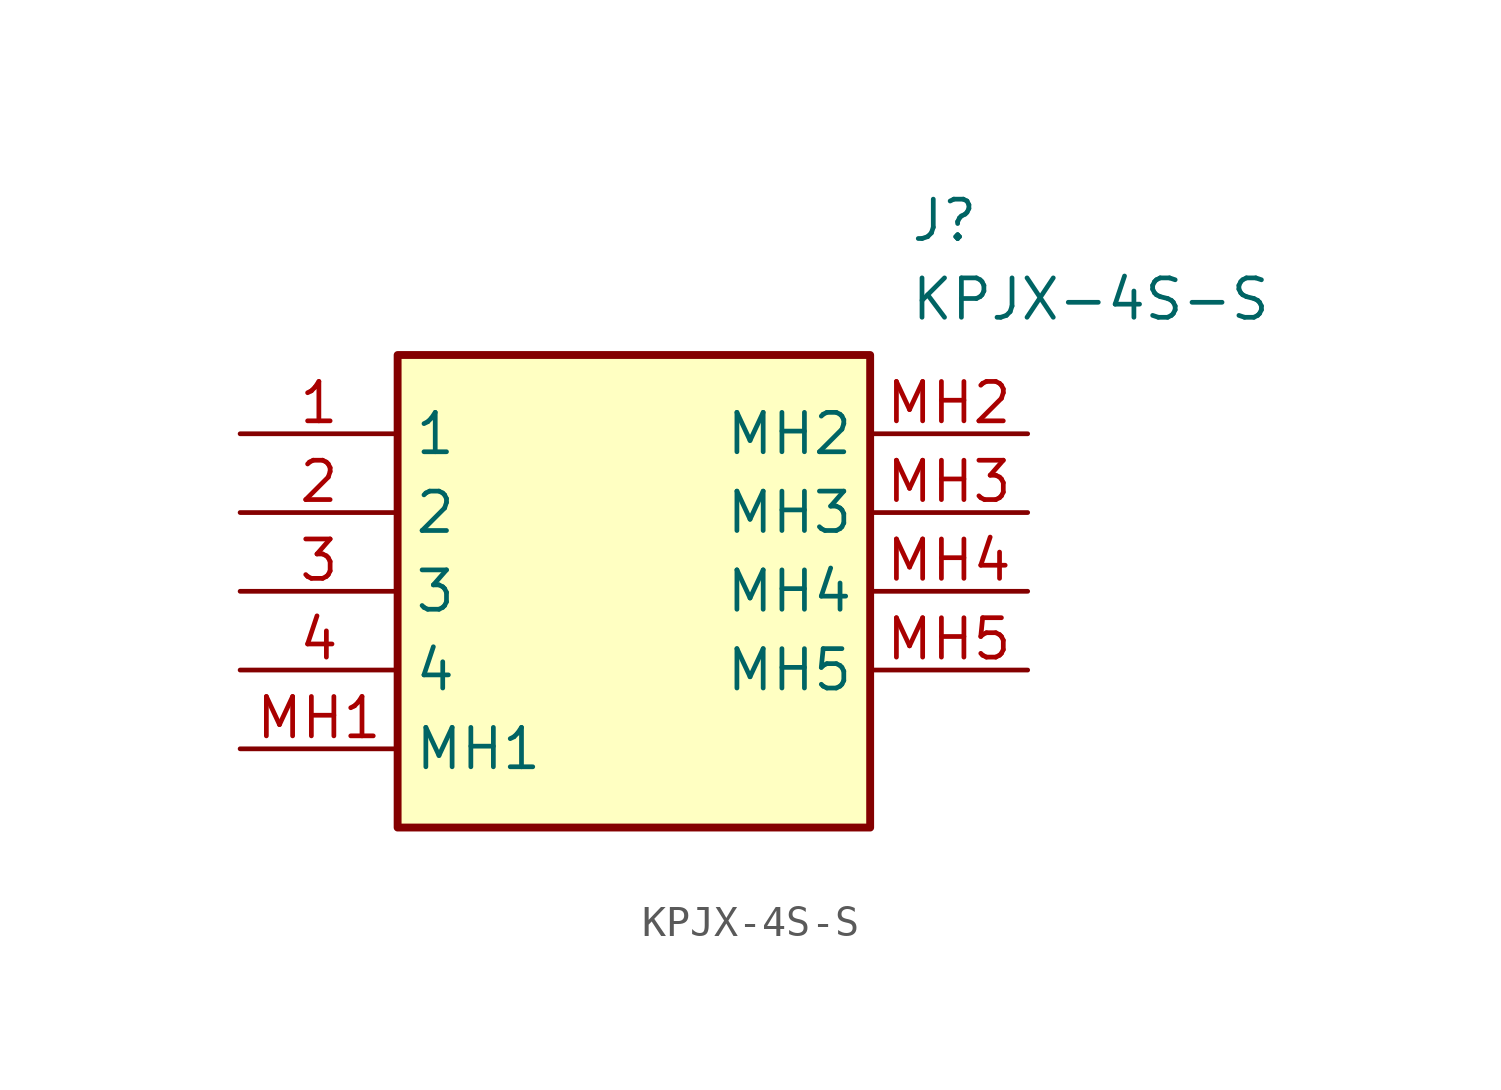
<source format=kicad_sym>
(kicad_symbol_lib
  (version 20211014)
  (generator SamacSys_ECAD_Model)
  (symbol "KPJX-4S-S"
    (property "Reference" "J"
      (at 21.59 7.62 0)
      (effects (font (size 1.27 1.27)) (justify left top)))
    (property "Value" "KPJX-4S-S"
      (at 21.59 5.08 0)
      (effects (font (size 1.27 1.27)) (justify left top)))
    (rectangle
      (start 5.08 2.54)
      (end 20.32 -12.7)
      (stroke (width 0.254) (type default))
      (fill (type background)))
    (pin passive line
      (at 0 0 0)
      (length 5.08)
      (name "1" (effects (font (size 1.27 1.27))))
      (number "1" (effects (font (size 1.27 1.27)))))
    (pin passive line
      (at 0 -2.54 0)
      (length 5.08)
      (name "2" (effects (font (size 1.27 1.27))))
      (number "2" (effects (font (size 1.27 1.27)))))
    (pin passive line
      (at 0 -5.08 0)
      (length 5.08)
      (name "3" (effects (font (size 1.27 1.27))))
      (number "3" (effects (font (size 1.27 1.27)))))
    (pin passive line
      (at 0 -7.62 0)
      (length 5.08)
      (name "4" (effects (font (size 1.27 1.27))))
      (number "4" (effects (font (size 1.27 1.27)))))
    (pin passive line
      (at 0 -10.16 0)
      (length 5.08)
      (name "MH1" (effects (font (size 1.27 1.27))))
      (number "MH1" (effects (font (size 1.27 1.27)))))
    (pin passive line
      (at 25.4 0 180)
      (length 5.08)
      (name "MH2" (effects (font (size 1.27 1.27))))
      (number "MH2" (effects (font (size 1.27 1.27)))))
    (pin passive line
      (at 25.4 -2.54 180)
      (length 5.08)
      (name "MH3" (effects (font (size 1.27 1.27))))
      (number "MH3" (effects (font (size 1.27 1.27)))))
    (pin passive line
      (at 25.4 -5.08 180)
      (length 5.08)
      (name "MH4" (effects (font (size 1.27 1.27))))
      (number "MH4" (effects (font (size 1.27 1.27)))))
    (pin passive line
      (at 25.4 -7.62 180)
      (length 5.08)
      (name "MH5" (effects (font (size 1.27 1.27))))
      (number "MH5" (effects (font (size 1.27 1.27)))))))
</source>
